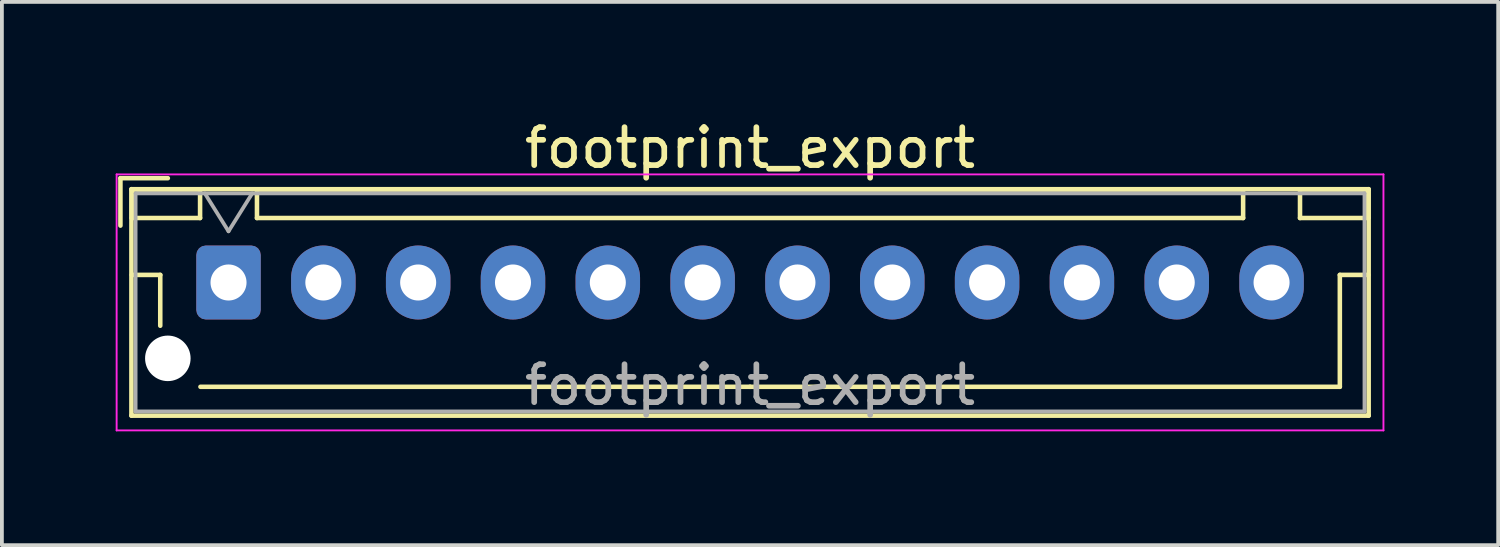
<source format=kicad_pcb>
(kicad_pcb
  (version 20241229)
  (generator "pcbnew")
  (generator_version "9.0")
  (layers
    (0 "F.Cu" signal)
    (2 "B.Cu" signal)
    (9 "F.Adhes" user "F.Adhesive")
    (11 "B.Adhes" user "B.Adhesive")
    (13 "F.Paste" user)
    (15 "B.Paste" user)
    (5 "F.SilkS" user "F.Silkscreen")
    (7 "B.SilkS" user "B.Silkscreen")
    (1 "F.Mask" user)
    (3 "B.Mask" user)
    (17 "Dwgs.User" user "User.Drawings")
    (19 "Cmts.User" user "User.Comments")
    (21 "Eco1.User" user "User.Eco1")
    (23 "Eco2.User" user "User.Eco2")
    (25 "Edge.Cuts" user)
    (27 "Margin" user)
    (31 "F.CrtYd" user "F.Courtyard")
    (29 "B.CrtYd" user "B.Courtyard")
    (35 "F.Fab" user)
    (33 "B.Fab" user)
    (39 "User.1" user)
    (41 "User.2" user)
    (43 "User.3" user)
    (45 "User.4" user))
  (footprint "footprint_export"
    (layer "F.Cu")
    (at 2.975 4.398)
    (property "Reference" "footprint_export" (at 13.75 -3.55 0) (layer "F.SilkS") (effects (font (size 1 1) (thickness 0.15))))
    (attr through_hole)
    (fp_line (start -2.85 -2.75) (end -2.85 -1.5) (stroke (width 0.12) (type solid)) (layer "F.SilkS"))
    (fp_line (start -2.56 -2.46) (end -2.56 3.51) (stroke (width 0.12) (type solid)) (layer "F.SilkS"))
    (fp_line (start -2.56 3.51) (end 30.06 3.51) (stroke (width 0.12) (type solid)) (layer "F.SilkS"))
    (fp_line (start -2.55 -2.45) (end -2.55 -1.7) (stroke (width 0.12) (type solid)) (layer "F.SilkS"))
    (fp_line (start -2.55 -1.7) (end -0.75 -1.7) (stroke (width 0.12) (type solid)) (layer "F.SilkS"))
    (fp_line (start -2.55 -0.2) (end -1.8 -0.2) (stroke (width 0.12) (type solid)) (layer "F.SilkS"))
    (fp_line (start -1.8 -0.2) (end -1.8 1.14) (stroke (width 0.12) (type solid)) (layer "F.SilkS"))
    (fp_line (start -1.6 -2.75) (end -2.85 -2.75) (stroke (width 0.12) (type solid)) (layer "F.SilkS"))
    (fp_line (start -0.75 -2.45) (end -2.55 -2.45) (stroke (width 0.12) (type solid)) (layer "F.SilkS"))
    (fp_line (start -0.75 -1.7) (end -0.75 -2.45) (stroke (width 0.12) (type solid)) (layer "F.SilkS"))
    (fp_line (start 0.75 -2.45) (end 0.75 -1.7) (stroke (width 0.12) (type solid)) (layer "F.SilkS"))
    (fp_line (start 0.75 -1.7) (end 26.75 -1.7) (stroke (width 0.12) (type solid)) (layer "F.SilkS"))
    (fp_line (start 13.75 2.75) (end -0.74 2.75) (stroke (width 0.12) (type solid)) (layer "F.SilkS"))
    (fp_line (start 26.75 -2.45) (end 0.75 -2.45) (stroke (width 0.12) (type solid)) (layer "F.SilkS"))
    (fp_line (start 26.75 -1.7) (end 26.75 -2.45) (stroke (width 0.12) (type solid)) (layer "F.SilkS"))
    (fp_line (start 28.25 -2.45) (end 28.25 -1.7) (stroke (width 0.12) (type solid)) (layer "F.SilkS"))
    (fp_line (start 28.25 -1.7) (end 30.05 -1.7) (stroke (width 0.12) (type solid)) (layer "F.SilkS"))
    (fp_line (start 29.3 -0.2) (end 29.3 2.75) (stroke (width 0.12) (type solid)) (layer "F.SilkS"))
    (fp_line (start 29.3 2.75) (end 13.75 2.75) (stroke (width 0.12) (type solid)) (layer "F.SilkS"))
    (fp_line (start 30.05 -2.45) (end 28.25 -2.45) (stroke (width 0.12) (type solid)) (layer "F.SilkS"))
    (fp_line (start 30.05 -1.7) (end 30.05 -2.45) (stroke (width 0.12) (type solid)) (layer "F.SilkS"))
    (fp_line (start 30.05 -0.2) (end 29.3 -0.2) (stroke (width 0.12) (type solid)) (layer "F.SilkS"))
    (fp_line (start 30.06 -2.46) (end -2.56 -2.46) (stroke (width 0.12) (type solid)) (layer "F.SilkS"))
    (fp_line (start 30.06 3.51) (end 30.06 -2.46) (stroke (width 0.12) (type solid)) (layer "F.SilkS"))
    (fp_line (start -2.95 -2.85) (end -2.95 3.9) (stroke (width 0.05) (type solid)) (layer "F.CrtYd"))
    (fp_line (start -2.95 3.9) (end 30.45 3.9) (stroke (width 0.05) (type solid)) (layer "F.CrtYd"))
    (fp_line (start 30.45 -2.85) (end -2.95 -2.85) (stroke (width 0.05) (type solid)) (layer "F.CrtYd"))
    (fp_line (start 30.45 3.9) (end 30.45 -2.85) (stroke (width 0.05) (type solid)) (layer "F.CrtYd"))
    (fp_line (start -2.45 -2.35) (end -2.45 3.4) (stroke (width 0.1) (type solid)) (layer "F.Fab"))
    (fp_line (start -2.45 3.4) (end 29.95 3.4) (stroke (width 0.1) (type solid)) (layer "F.Fab"))
    (fp_line (start -0.625 -2.35) (end 0 -1.35) (stroke (width 0.1) (type solid)) (layer "F.Fab"))
    (fp_line (start 0 -1.35) (end 0.625 -2.35) (stroke (width 0.1) (type solid)) (layer "F.Fab"))
    (fp_line (start 29.95 -2.35) (end -2.45 -2.35) (stroke (width 0.1) (type solid)) (layer "F.Fab"))
    (fp_line (start 29.95 3.4) (end 29.95 -2.35) (stroke (width 0.1) (type solid)) (layer "F.Fab"))
    (fp_text user "${REFERENCE}" (at 13.75 2.7 0) (layer "F.Fab") (effects (font (size 1 1) (thickness 0.15))))
    (pad "" np_thru_hole circle (at -1.6 2) (size 1.2 1.2) (drill 1.2) (layers "*.Cu" "*.Mask"))
    (pad "1" thru_hole roundrect (at 0 0) (size 1.7 1.95) (drill 0.95) (layers "*.Cu" "*.Mask") (roundrect_rratio 0.147))
    (pad "2" thru_hole oval (at 2.5 0) (size 1.7 1.95) (drill 0.95) (layers "*.Cu" "*.Mask"))
    (pad "3" thru_hole oval (at 5 0) (size 1.7 1.95) (drill 0.95) (layers "*.Cu" "*.Mask"))
    (pad "4" thru_hole oval (at 7.5 0) (size 1.7 1.95) (drill 0.95) (layers "*.Cu" "*.Mask"))
    (pad "5" thru_hole oval (at 10 0) (size 1.7 1.95) (drill 0.95) (layers "*.Cu" "*.Mask"))
    (pad "6" thru_hole oval (at 12.5 0) (size 1.7 1.95) (drill 0.95) (layers "*.Cu" "*.Mask"))
    (pad "7" thru_hole oval (at 15 0) (size 1.7 1.95) (drill 0.95) (layers "*.Cu" "*.Mask"))
    (pad "8" thru_hole oval (at 17.5 0) (size 1.7 1.95) (drill 0.95) (layers "*.Cu" "*.Mask"))
    (pad "9" thru_hole oval (at 20 0) (size 1.7 1.95) (drill 0.95) (layers "*.Cu" "*.Mask"))
    (pad "10" thru_hole oval (at 22.5 0) (size 1.7 1.95) (drill 0.95) (layers "*.Cu" "*.Mask"))
    (pad "11" thru_hole oval (at 25 0) (size 1.7 1.95) (drill 0.95) (layers "*.Cu" "*.Mask"))
    (pad "12" thru_hole oval (at 27.5 0) (size 1.7 1.95) (drill 0.95) (layers "*.Cu" "*.Mask")))
  (gr_rect
    (start -3 -3)
    (end 36.45 11.323)
    (stroke (width 0.1) (type default))
    (fill no)
    (layer "Edge.Cuts")))
</source>
